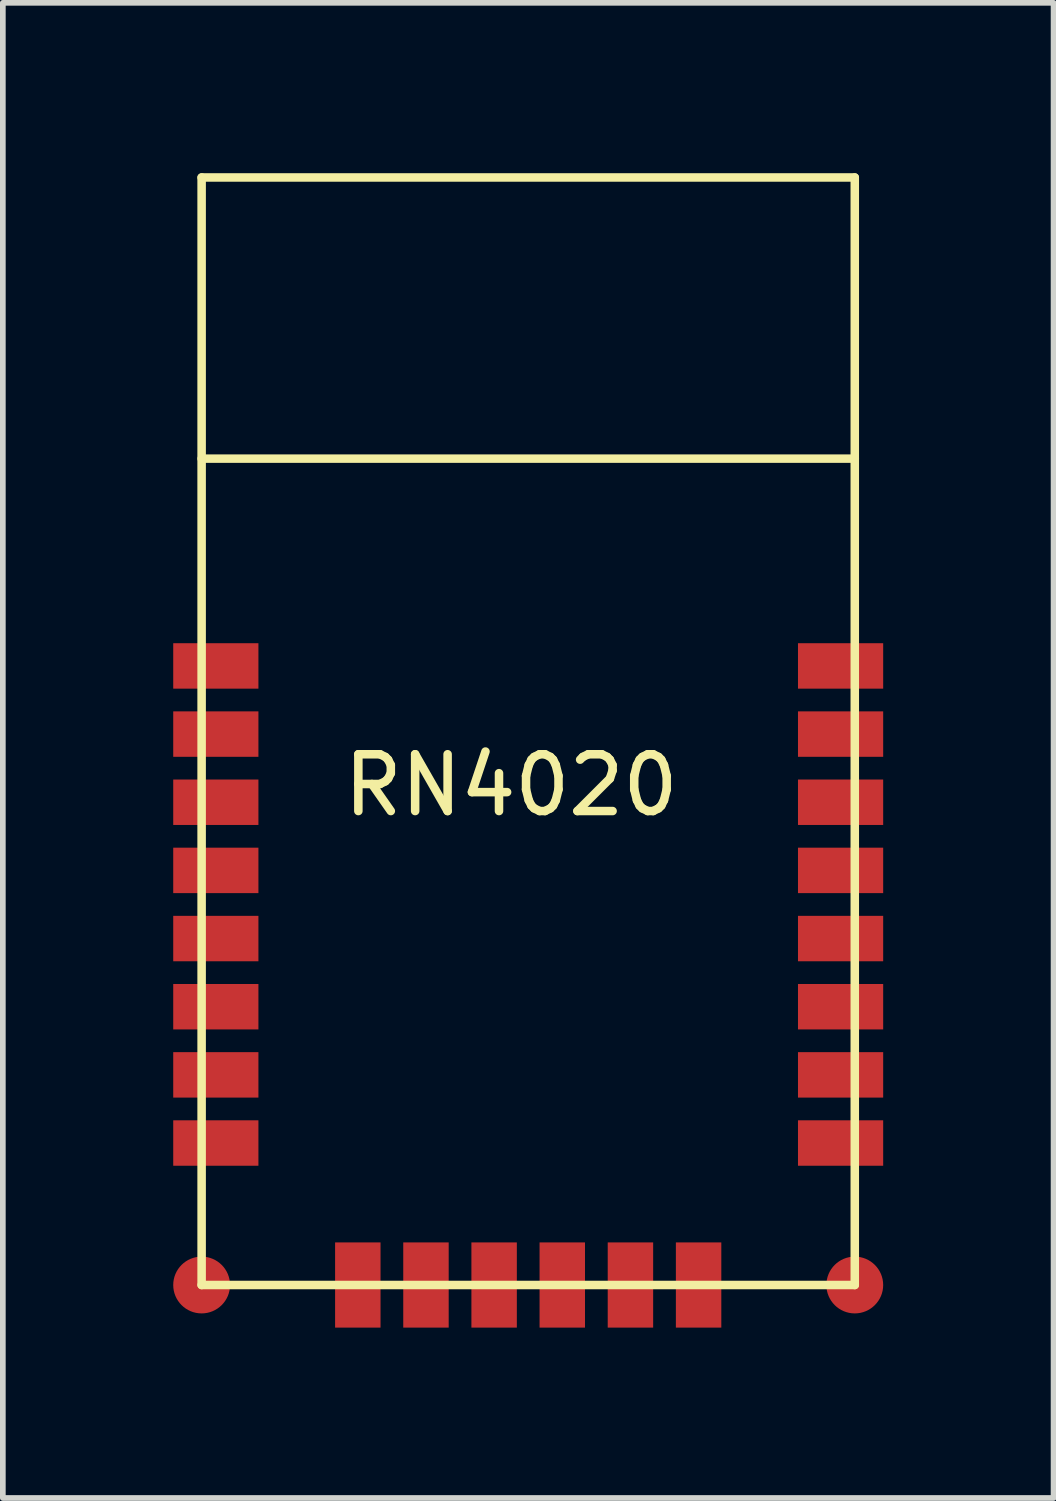
<source format=kicad_pcb>
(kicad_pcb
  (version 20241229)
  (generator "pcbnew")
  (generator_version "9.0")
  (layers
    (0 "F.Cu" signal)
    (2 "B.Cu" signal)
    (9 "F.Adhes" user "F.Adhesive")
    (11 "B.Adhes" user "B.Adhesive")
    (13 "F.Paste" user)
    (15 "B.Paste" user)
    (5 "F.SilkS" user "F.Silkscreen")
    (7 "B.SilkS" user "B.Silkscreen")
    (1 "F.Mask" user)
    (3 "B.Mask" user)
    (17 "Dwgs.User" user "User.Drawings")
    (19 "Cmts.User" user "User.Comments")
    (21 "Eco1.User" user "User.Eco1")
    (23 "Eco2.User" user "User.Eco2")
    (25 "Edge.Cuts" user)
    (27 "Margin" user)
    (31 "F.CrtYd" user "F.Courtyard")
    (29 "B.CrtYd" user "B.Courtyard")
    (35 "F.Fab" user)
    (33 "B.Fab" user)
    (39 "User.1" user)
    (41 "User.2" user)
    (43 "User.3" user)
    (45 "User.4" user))
  (footprint "RN4020"
    (layer "F.Cu")
    (at 0.5 19.575)
    (property "Reference" "RN4020" (at 5.45 -8.8 0) (layer "F.SilkS") (effects (font (size 1 1) (thickness 0.15))))
    (attr through_hole)
    (fp_line (start 0 -19.5) (end 0 0) (stroke (width 0.15) (type solid)) (layer "F.SilkS"))
    (fp_line (start 0 -14.55) (end 11.5 -14.55) (stroke (width 0.15) (type solid)) (layer "F.SilkS"))
    (fp_line (start 0 0) (end 11.5 0) (stroke (width 0.15) (type solid)) (layer "F.SilkS"))
    (fp_line (start 11.5 -19.5) (end 0 -19.5) (stroke (width 0.15) (type solid)) (layer "F.SilkS"))
    (fp_line (start 11.5 0) (end 11.5 -19.5) (stroke (width 0.15) (type solid)) (layer "F.SilkS"))
    (pad "1" smd circle (at 0 0) (size 1 1) (layers "F.Cu" "F.Mask" "F.Paste"))
    (pad "2" smd circle (at 11.5 0) (size 1 1) (layers "F.Cu" "F.Mask" "F.Paste"))
    (pad "11" smd rect (at 0.25 -10.9) (size 1.5 0.8) (layers "F.Cu" "F.Mask" "F.Paste"))
    (pad "11" smd rect (at 2.75 0) (size 0.8 1.5) (layers "F.Cu" "F.Mask" "F.Paste"))
    (pad "11" smd rect (at 11.25 -10.9) (size 1.5 0.8) (layers "F.Cu" "F.Mask" "F.Paste"))
    (pad "12" smd rect (at 0.25 -9.7) (size 1.5 0.8) (layers "F.Cu" "F.Mask" "F.Paste"))
    (pad "12" smd rect (at 11.25 -9.7) (size 1.5 0.8) (layers "F.Cu" "F.Mask" "F.Paste"))
    (pad "13" smd rect (at 0.25 -8.5) (size 1.5 0.8) (layers "F.Cu" "F.Mask" "F.Paste"))
    (pad "13" smd rect (at 11.25 -8.5) (size 1.5 0.8) (layers "F.Cu" "F.Mask" "F.Paste"))
    (pad "14" smd rect (at 0.25 -7.3) (size 1.5 0.8) (layers "F.Cu" "F.Mask" "F.Paste"))
    (pad "14" smd rect (at 11.25 -7.3) (size 1.5 0.8) (layers "F.Cu" "F.Mask" "F.Paste"))
    (pad "15" smd rect (at 0.25 -6.1) (size 1.5 0.8) (layers "F.Cu" "F.Mask" "F.Paste"))
    (pad "15" smd rect (at 11.25 -6.1) (size 1.5 0.8) (layers "F.Cu" "F.Mask" "F.Paste"))
    (pad "16" smd rect (at 0.25 -4.9) (size 1.5 0.8) (layers "F.Cu" "F.Mask" "F.Paste"))
    (pad "16" smd rect (at 11.25 -4.9) (size 1.5 0.8) (layers "F.Cu" "F.Mask" "F.Paste"))
    (pad "17" smd rect (at 0.25 -3.7) (size 1.5 0.8) (layers "F.Cu" "F.Mask" "F.Paste"))
    (pad "17" smd rect (at 11.25 -3.7) (size 1.5 0.8) (layers "F.Cu" "F.Mask" "F.Paste"))
    (pad "18" smd rect (at 0.25 -2.5) (size 1.5 0.8) (layers "F.Cu" "F.Mask" "F.Paste"))
    (pad "18" smd rect (at 11.25 -2.5) (size 1.5 0.8) (layers "F.Cu" "F.Mask" "F.Paste"))
    (pad "21" smd rect (at 3.95 0) (size 0.8 1.5) (layers "F.Cu" "F.Mask" "F.Paste"))
    (pad "31" smd rect (at 5.15 0) (size 0.8 1.5) (layers "F.Cu" "F.Mask" "F.Paste"))
    (pad "41" smd rect (at 6.35 0) (size 0.8 1.5) (layers "F.Cu" "F.Mask" "F.Paste"))
    (pad "51" smd rect (at 7.55 0) (size 0.8 1.5) (layers "F.Cu" "F.Mask" "F.Paste"))
    (pad "61" smd rect (at 8.75 0) (size 0.8 1.5) (layers "F.Cu" "F.Mask" "F.Paste")))
  (gr_rect
    (start -3 -3)
    (end 15.5 23.325)
    (stroke (width 0.1) (type default))
    (fill no)
    (layer "Edge.Cuts")))
</source>
